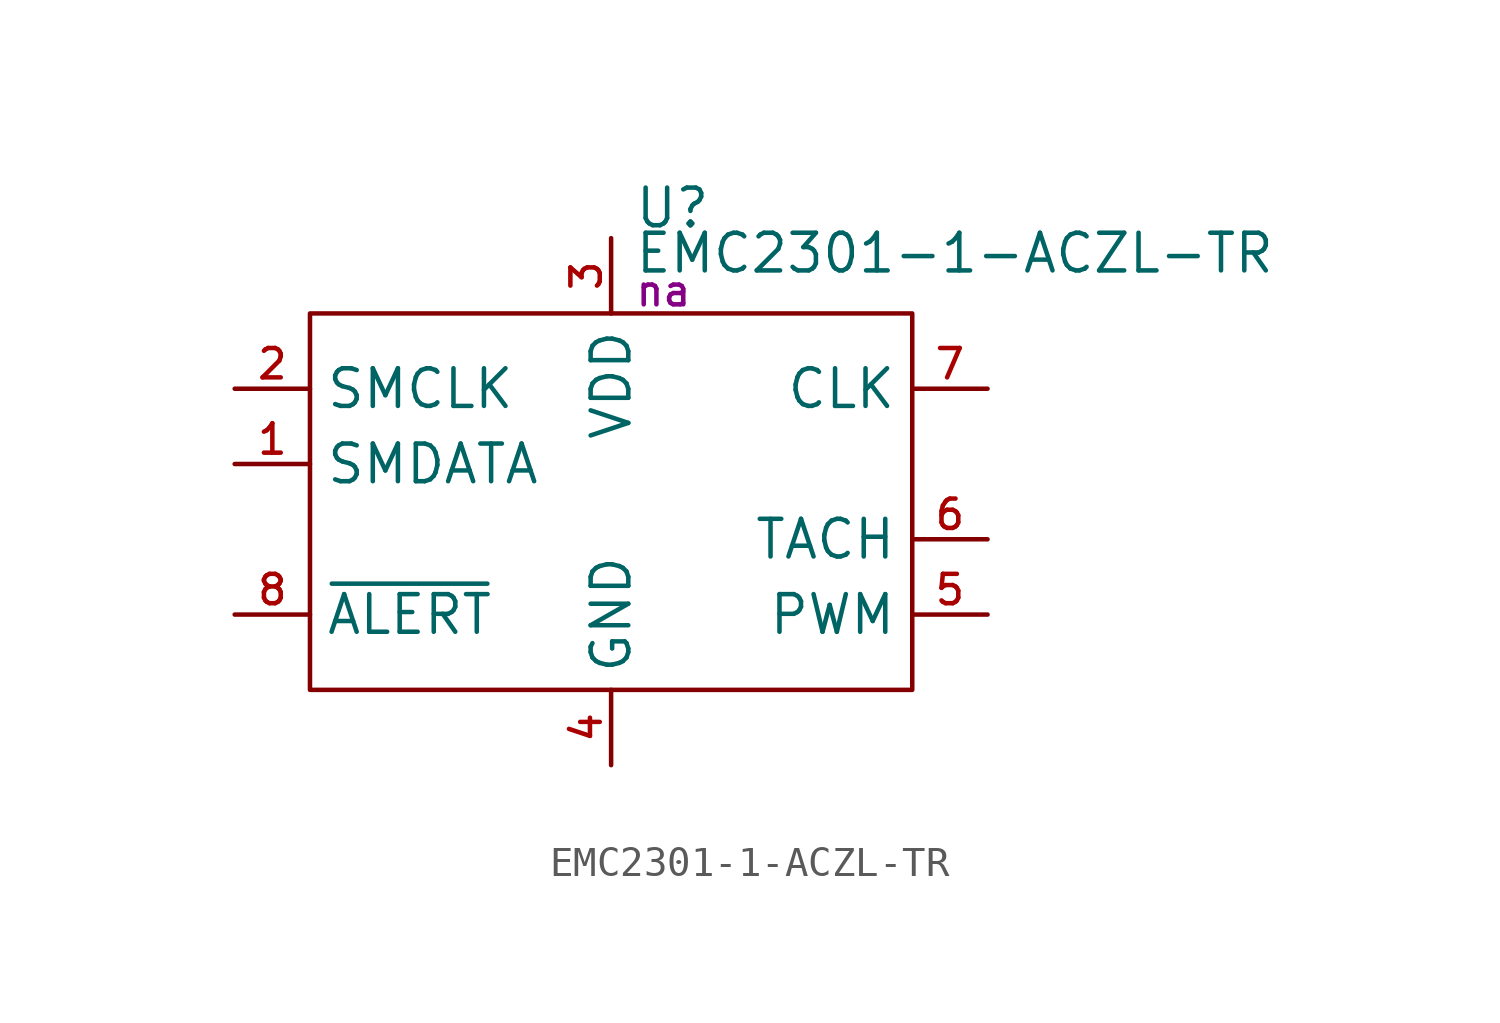
<source format=kicad_sym>
(kicad_symbol_lib
  (version 20231120)
  (generator "kicad_symbol_editor")
  (generator_version "8.0")
  (symbol "EMC2301-1-ACZL-TR"
    (property "Reference" "U"
      (at 10.922 3.556 0)
      (effects (font (size 1.27 1.27)) (justify left)))
    (property "Value" "EMC2301-1-ACZL-TR"
      (at 10.922 2.032 0)
      (effects (font (size 1.27 1.27)) (justify left)))
    (property "PartNumber" "na"
      (at 10.922 0.762 0)
      (effects (font (size 1 1)) (justify left)))
    (symbol "EMC2301-1-ACZL-TR_0_0"
      (pin bidirectional line (at -2.54 -5.08 0) (length 2.54) (name "SMDATA" (effects (font (size 1.27 1.27)))) (number "1" (effects (font (size 0.991 0.991)))))
      (pin input line (at -2.54 -2.54 0) (length 2.54) (name "SMCLK" (effects (font (size 1.27 1.27)))) (number "2" (effects (font (size 0.991 0.991)))))
      (pin power_in line (at 10.16 2.54 270) (length 2.54) (name "VDD" (effects (font (size 1.27 1.27)))) (number "3" (effects (font (size 0.991 0.991)))))
      (pin power_in line (at 10.16 -15.24 90) (length 2.54) (name "GND" (effects (font (size 1.27 1.27)))) (number "4" (effects (font (size 0.991 0.991)))))
      (pin output line (at 22.86 -10.16 180) (length 2.54) (name "PWM" (effects (font (size 1.27 1.27)))) (number "5" (effects (font (size 0.991 0.991)))))
      (pin input line (at 22.86 -7.62 180) (length 2.54) (name "TACH" (effects (font (size 1.27 1.27)))) (number "6" (effects (font (size 0.991 0.991)))))
      (pin input line (at 22.86 -2.54 180) (length 2.54) (name "CLK" (effects (font (size 1.27 1.27)))) (number "7" (effects (font (size 0.991 0.991)))))
      (pin output line (at -2.54 -10.16 0) (length 2.54) (name "~{ALERT}" (effects (font (size 1.27 1.27)))) (number "8" (effects (font (size 0.991 0.991))))))
    (symbol "EMC2301-1-ACZL-TR_0_1"
      (rectangle (start 0 0) (end 20.32 -12.7) (stroke (width 0) (type default)) (fill (type none))))))
</source>
